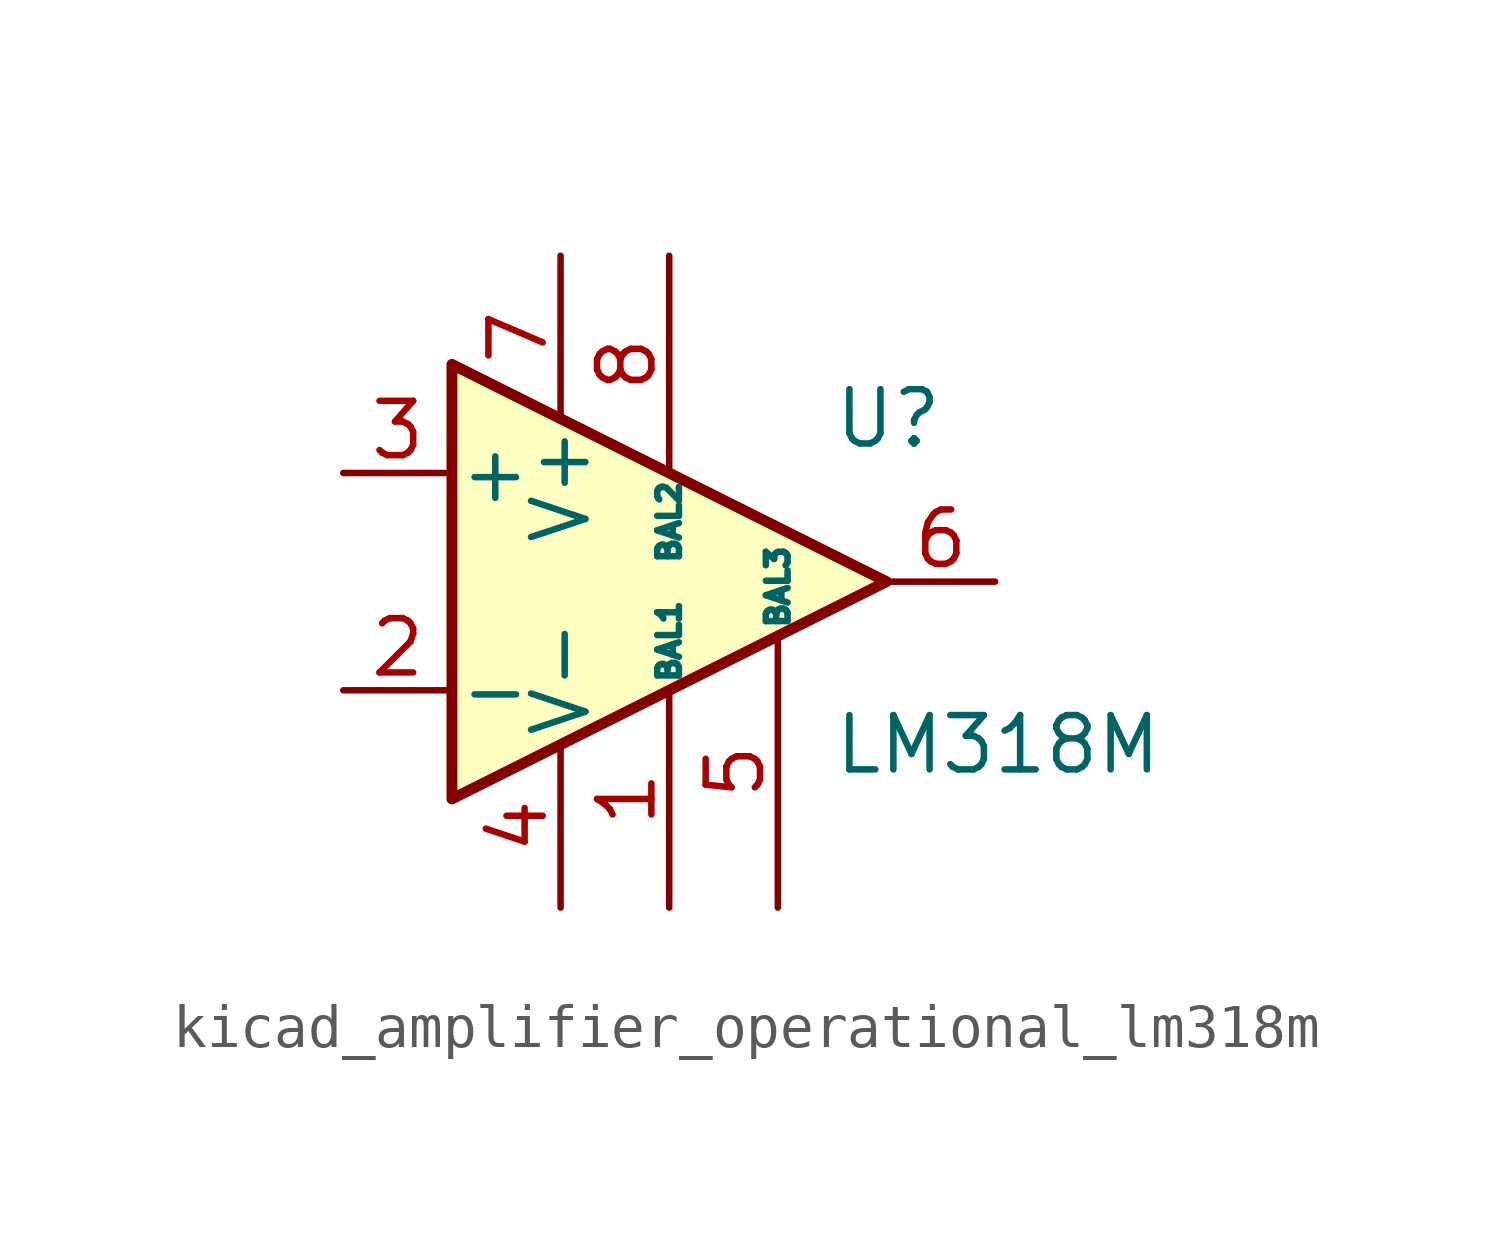
<source format=kicad_sym>
(kicad_symbol_lib
  (version 20220914)
  (generator kicad_symbol_editor)
  (symbol "kicad_amplifier_operational_lm318m"
    (pin_names
      (offset 0.127))
    (property "Reference" "U"
      (at 3.81 3.81 0)
      (effects (font (size 1.27 1.27)) (justify left)))
    (property "Value" "LM318M"
      (at 3.81 -3.81 0)
      (effects (font (size 1.27 1.27)) (justify left)))
    (symbol "kicad_amplifier_operational_lm318m_0_1"
      (polyline (pts (xy 5.08 0) (xy -5.08 5.08) (xy -5.08 -5.08) (xy 5.08 0)) (stroke (width 0.254) (type default)) (fill (type background))))
    (symbol "kicad_amplifier_operational_lm318m_1_1"
      (pin passive line (at 0 -7.62 90) (length 5.08) (name "BAL1" (effects (font (size 0.508 0.508)))) (number "1" (effects (font (size 1.27 1.27)))))
      (pin input line (at -7.62 -2.54 0) (length 2.54) (name "-" (effects (font (size 1.27 1.27)))) (number "2" (effects (font (size 1.27 1.27)))))
      (pin input line (at -7.62 2.54 0) (length 2.54) (name "+" (effects (font (size 1.27 1.27)))) (number "3" (effects (font (size 1.27 1.27)))))
      (pin power_in line (at -2.54 -7.62 90) (length 3.81) (name "V-" (effects (font (size 1.27 1.27)))) (number "4" (effects (font (size 1.27 1.27)))))
      (pin passive line (at 2.54 -7.62 90) (length 6.35) (name "BAL3" (effects (font (size 0.508 0.508)))) (number "5" (effects (font (size 1.27 1.27)))))
      (pin output line (at 7.62 0 180) (length 2.54) (name "~" (effects (font (size 1.27 1.27)))) (number "6" (effects (font (size 1.27 1.27)))))
      (pin power_in line (at -2.54 7.62 270) (length 3.81) (name "V+" (effects (font (size 1.27 1.27)))) (number "7" (effects (font (size 1.27 1.27)))))
      (pin passive line (at 0 7.62 270) (length 5.08) (name "BAL2" (effects (font (size 0.508 0.508)))) (number "8" (effects (font (size 1.27 1.27))))))))
</source>
